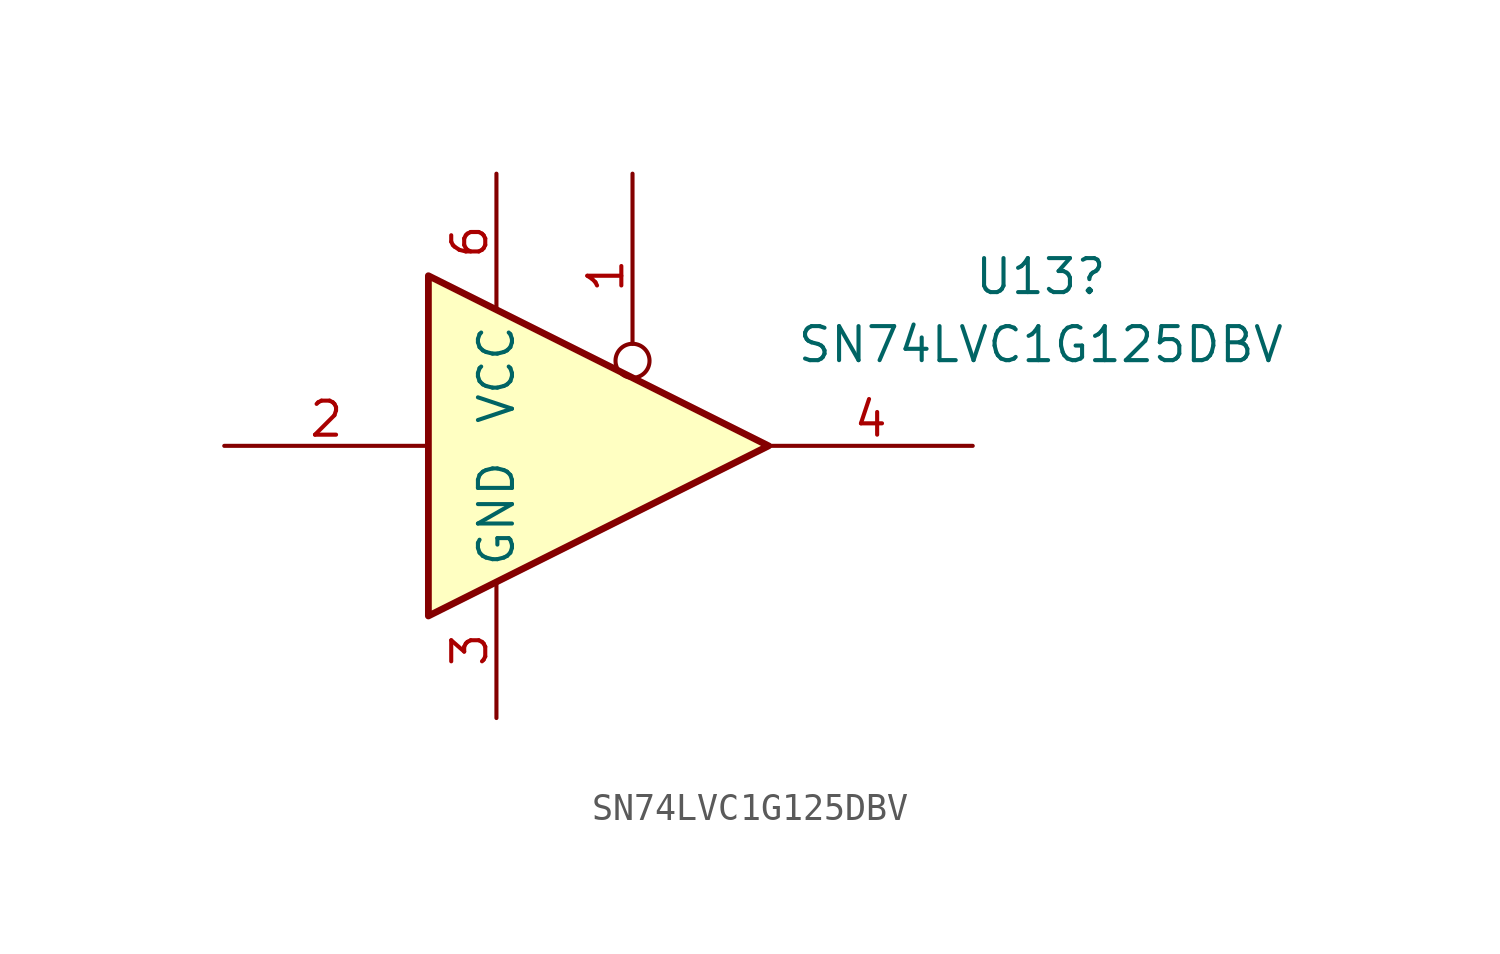
<source format=kicad_sym>
(kicad_symbol_lib
  (version 20231120)
  (generator "kicad_symbol_editor")
  (generator_version "8.0")
  (symbol "SN74LVC1G125DBV"
    (property "Reference" "U13"
      (at 15.24 6.319 0)
      (effects (font (size 1.27 1.27))))
    (property "Value" "SN74LVC1G125DBV"
      (at 15.24 3.779 0)
      (effects (font (size 1.27 1.27))))
    (symbol "SN74LVC1G125DBV_0_1"
      (polyline (pts (xy -7.62 6.35) (xy -7.62 -6.35) (xy 5.08 0) (xy -7.62 6.35)) (stroke (width 0.254) (type default)) (fill (type background))))
    (symbol "SN74LVC1G125DBV_1_1"
      (pin input inverted (at 0 10.16 270) (length 7.62) (name "~" (effects (font (size 1.27 1.27)))) (number "1" (effects (font (size 1.27 1.27)))))
      (pin input line (at -15.24 0 0) (length 7.62) (name "~" (effects (font (size 1.27 1.27)))) (number "2" (effects (font (size 1.27 1.27)))))
      (pin power_in line (at -5.08 -10.16 90) (length 5.08) (name "GND" (effects (font (size 1.27 1.27)))) (number "3" (effects (font (size 1.27 1.27)))))
      (pin tri_state line (at 12.7 0 180) (length 7.62) (name "~" (effects (font (size 1.27 1.27)))) (number "4" (effects (font (size 1.27 1.27)))))
      (pin no_connect line (at 0 -7.62 90) (length 5.08) hide (name "NC" (effects (font (size 1.27 1.27)))) (number "5" (effects (font (size 1.27 1.27)))))
      (pin power_in line (at -5.08 10.16 270) (length 5.08) (name "VCC" (effects (font (size 1.27 1.27)))) (number "6" (effects (font (size 1.27 1.27))))))))
</source>
